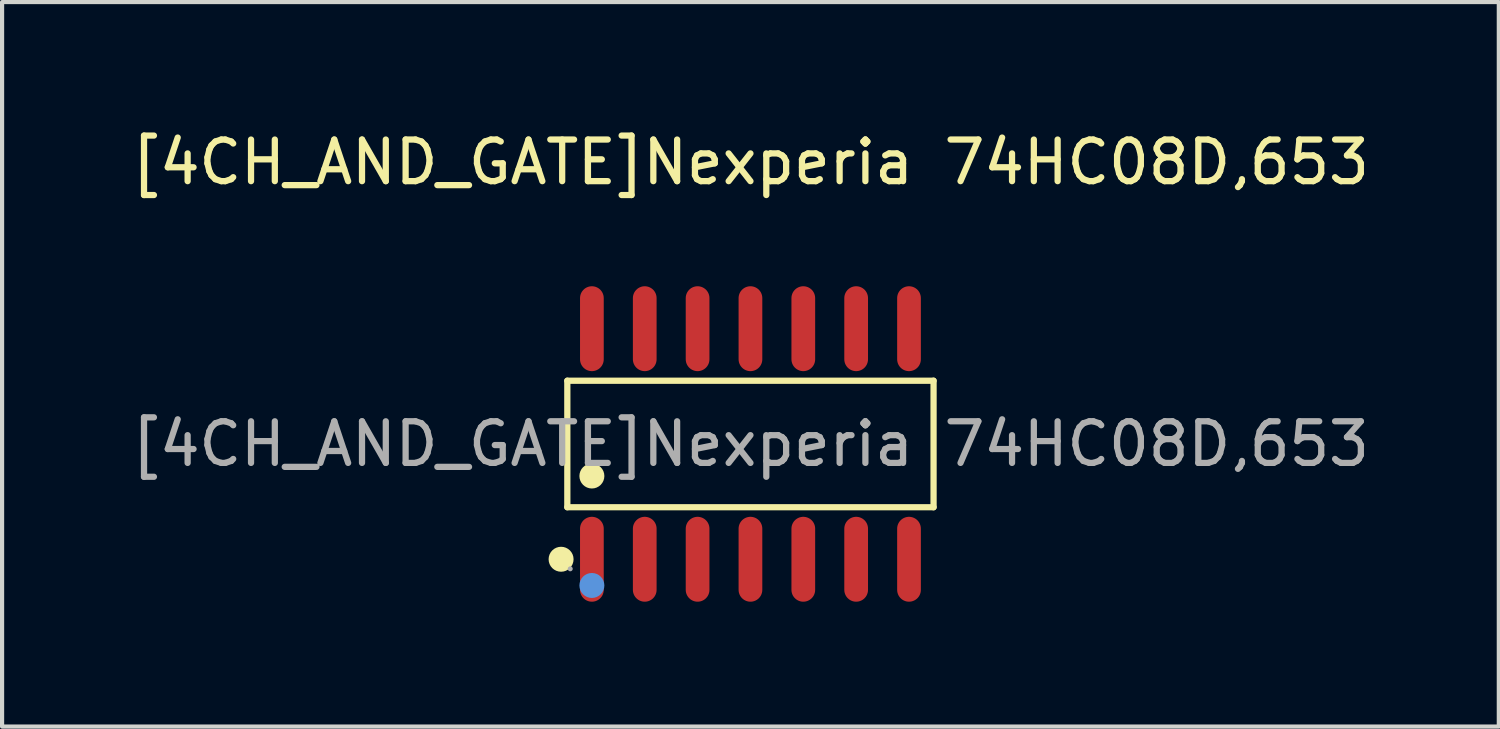
<source format=kicad_pcb>
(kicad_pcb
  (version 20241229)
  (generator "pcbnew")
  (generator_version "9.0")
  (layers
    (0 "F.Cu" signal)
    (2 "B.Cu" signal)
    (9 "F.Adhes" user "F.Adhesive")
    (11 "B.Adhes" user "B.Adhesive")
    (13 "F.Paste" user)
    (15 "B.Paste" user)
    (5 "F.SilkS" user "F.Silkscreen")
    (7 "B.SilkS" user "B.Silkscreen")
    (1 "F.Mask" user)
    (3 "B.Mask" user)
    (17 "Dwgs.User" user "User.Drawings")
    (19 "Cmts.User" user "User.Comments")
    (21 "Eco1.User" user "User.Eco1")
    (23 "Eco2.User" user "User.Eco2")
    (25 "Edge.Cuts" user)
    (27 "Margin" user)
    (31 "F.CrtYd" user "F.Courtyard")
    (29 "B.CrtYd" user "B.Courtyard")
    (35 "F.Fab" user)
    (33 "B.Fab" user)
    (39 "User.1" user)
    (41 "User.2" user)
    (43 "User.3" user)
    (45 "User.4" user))
  (footprint "[4CH_AND_GATE]Nexperia 74HC08D,653"
    (layer "F.Cu")
    (at 14.982 7.618)
    (property "Reference" "[4CH_AND_GATE]Nexperia 74HC08D,653" (at 0 -6.77 0) (layer "F.SilkS") (effects (font (size 1 1) (thickness 0.15))))
    (attr smd)
    (fp_line (start -4.4 -1.52) (end 4.4 -1.52) (stroke (width 0.15) (type solid)) (layer "F.SilkS"))
    (fp_line (start -4.4 1.52) (end -4.4 -1.52) (stroke (width 0.15) (type solid)) (layer "F.SilkS"))
    (fp_line (start 4.4 -1.52) (end 4.4 1.52) (stroke (width 0.15) (type solid)) (layer "F.SilkS"))
    (fp_line (start 4.4 1.52) (end -4.4 1.52) (stroke (width 0.15) (type solid)) (layer "F.SilkS"))
    (fp_circle (center -4.55 2.77) (end -4.4 2.77) (stroke (width 0.3) (type solid)) (fill no) (layer "F.SilkS"))
    (fp_circle (center -3.81 0.77) (end -3.66 0.77) (stroke (width 0.3) (type solid)) (fill no) (layer "F.SilkS"))
    (fp_circle (center -3.81 3.4) (end -3.66 3.4) (stroke (width 0.3) (type solid)) (fill no) (layer "Cmts.User"))
    (fp_circle (center -4.33 3) (end -4.3 3) (stroke (width 0.06) (type solid)) (fill no) (layer "F.Fab"))
    (fp_text user "${REFERENCE}" (at 0 0 0) (layer "F.Fab") (effects (font (size 1 1) (thickness 0.15))))
    (pad "1" smd oval (at -3.81 2.77) (size 0.57 2.04) (layers "F.Cu" "F.Mask" "F.Paste"))
    (pad "2" smd oval (at -2.54 2.77) (size 0.57 2.04) (layers "F.Cu" "F.Mask" "F.Paste"))
    (pad "3" smd oval (at -1.27 2.77) (size 0.57 2.04) (layers "F.Cu" "F.Mask" "F.Paste"))
    (pad "4" smd oval (at 0 2.77) (size 0.57 2.04) (layers "F.Cu" "F.Mask" "F.Paste"))
    (pad "5" smd oval (at 1.27 2.77) (size 0.57 2.04) (layers "F.Cu" "F.Mask" "F.Paste"))
    (pad "6" smd oval (at 2.54 2.77) (size 0.57 2.04) (layers "F.Cu" "F.Mask" "F.Paste"))
    (pad "7" smd oval (at 3.81 2.77) (size 0.57 2.04) (layers "F.Cu" "F.Mask" "F.Paste"))
    (pad "8" smd oval (at 3.81 -2.77) (size 0.57 2.04) (layers "F.Cu" "F.Mask" "F.Paste"))
    (pad "9" smd oval (at 2.54 -2.77) (size 0.57 2.04) (layers "F.Cu" "F.Mask" "F.Paste"))
    (pad "10" smd oval (at 1.27 -2.77) (size 0.57 2.04) (layers "F.Cu" "F.Mask" "F.Paste"))
    (pad "11" smd oval (at 0 -2.77) (size 0.57 2.04) (layers "F.Cu" "F.Mask" "F.Paste"))
    (pad "12" smd oval (at -1.27 -2.77) (size 0.57 2.04) (layers "F.Cu" "F.Mask" "F.Paste"))
    (pad "13" smd oval (at -2.54 -2.77) (size 0.57 2.04) (layers "F.Cu" "F.Mask" "F.Paste"))
    (pad "14" smd oval (at -3.81 -2.77) (size 0.57 2.04) (layers "F.Cu" "F.Mask" "F.Paste")))
  (gr_rect
    (start -3 -3)
    (end 32.964 14.408)
    (stroke (width 0.1) (type default))
    (fill no)
    (layer "Edge.Cuts")))
</source>
